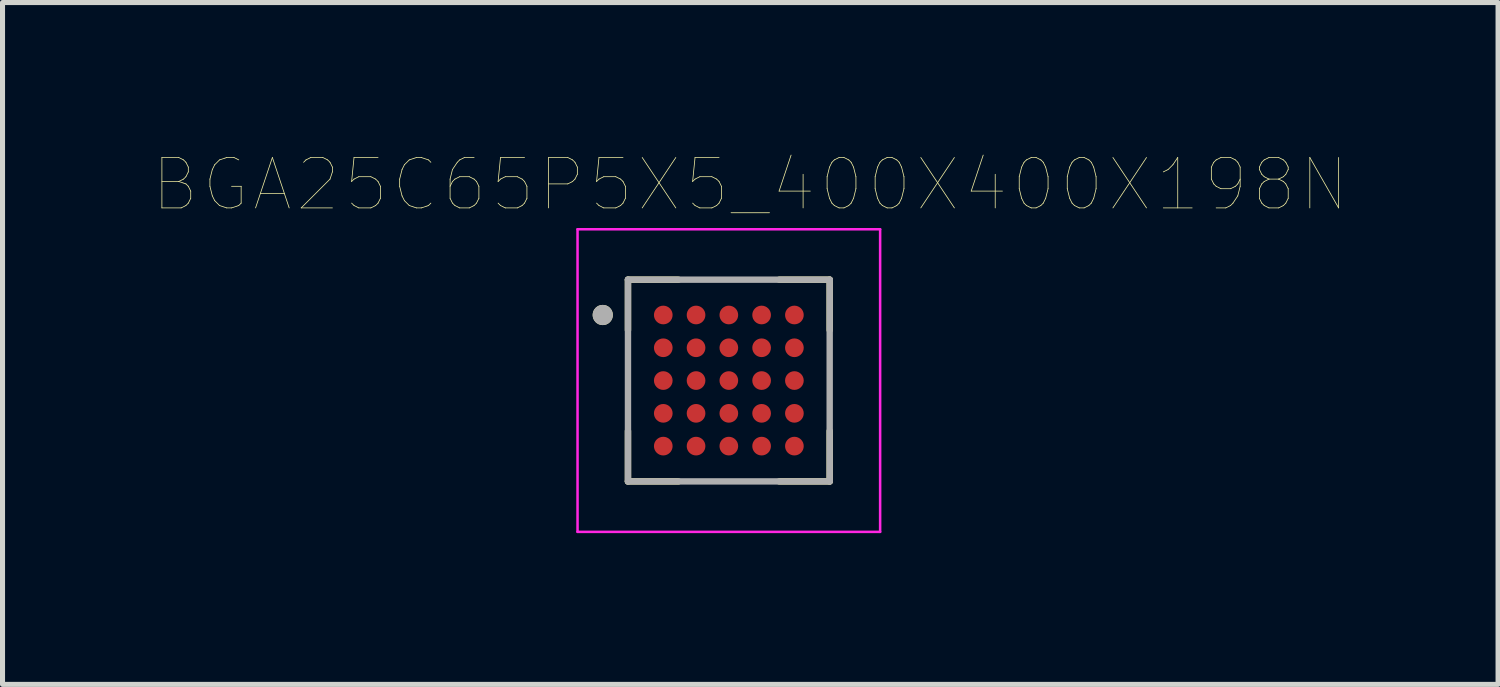
<source format=kicad_pcb>
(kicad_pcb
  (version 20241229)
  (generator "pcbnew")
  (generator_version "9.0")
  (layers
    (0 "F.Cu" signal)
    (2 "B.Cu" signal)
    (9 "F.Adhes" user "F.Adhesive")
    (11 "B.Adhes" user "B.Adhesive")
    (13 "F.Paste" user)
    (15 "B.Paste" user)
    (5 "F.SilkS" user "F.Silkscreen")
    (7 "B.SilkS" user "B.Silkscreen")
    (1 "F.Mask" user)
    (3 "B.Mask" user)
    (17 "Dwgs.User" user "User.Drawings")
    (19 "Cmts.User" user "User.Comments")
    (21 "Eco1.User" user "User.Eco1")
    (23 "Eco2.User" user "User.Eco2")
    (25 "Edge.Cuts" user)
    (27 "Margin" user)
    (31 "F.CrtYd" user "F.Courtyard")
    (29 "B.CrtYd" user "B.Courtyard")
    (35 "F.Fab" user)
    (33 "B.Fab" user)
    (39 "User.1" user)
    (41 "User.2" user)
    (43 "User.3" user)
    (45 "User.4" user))
  (footprint "BGA25C65P5X5_400X400X198N"
    (layer "F.Cu")
    (at 11.402 4.496)
    (property "Reference" "BGA25C65P5X5_400X400X198N" (at 0.425 -3.885 0) (layer "F.SilkS") (effects (font (size 1 1) (thickness 0.015))))
    (attr through_hole)
    (fp_line (start -2 -2) (end -2 -1) (stroke (width 0.127) (type solid)) (layer "F.SilkS"))
    (fp_line (start -2 -2) (end -1 -2) (stroke (width 0.127) (type solid)) (layer "F.SilkS"))
    (fp_line (start -2 2) (end -2 1) (stroke (width 0.127) (type solid)) (layer "F.SilkS"))
    (fp_line (start -2 2) (end -1 2) (stroke (width 0.127) (type solid)) (layer "F.SilkS"))
    (fp_line (start 2 -2) (end 1 -2) (stroke (width 0.127) (type solid)) (layer "F.SilkS"))
    (fp_line (start 2 -2) (end 2 -1) (stroke (width 0.127) (type solid)) (layer "F.SilkS"))
    (fp_line (start 2 2) (end 1 2) (stroke (width 0.127) (type solid)) (layer "F.SilkS"))
    (fp_line (start 2 2) (end 2 1) (stroke (width 0.127) (type solid)) (layer "F.SilkS"))
    (fp_circle (center -2.5 -1.3) (end -2.4 -1.3) (stroke (width 0.2) (type solid)) (fill no) (layer "F.SilkS"))
    (fp_line (start -3 -3) (end 3 -3) (stroke (width 0.05) (type solid)) (layer "F.CrtYd"))
    (fp_line (start -3 3) (end -3 -3) (stroke (width 0.05) (type solid)) (layer "F.CrtYd"))
    (fp_line (start -3 3) (end 3 3) (stroke (width 0.05) (type solid)) (layer "F.CrtYd"))
    (fp_line (start 3 3) (end 3 -3) (stroke (width 0.05) (type solid)) (layer "F.CrtYd"))
    (fp_line (start -2 2) (end -2 -2) (stroke (width 0.127) (type solid)) (layer "F.Fab"))
    (fp_line (start 2 -2) (end -2 -2) (stroke (width 0.127) (type solid)) (layer "F.Fab"))
    (fp_line (start 2 2) (end -2 2) (stroke (width 0.127) (type solid)) (layer "F.Fab"))
    (fp_line (start 2 2) (end 2 -2) (stroke (width 0.127) (type solid)) (layer "F.Fab"))
    (fp_circle (center -2.5 -1.3) (end -2.4 -1.3) (stroke (width 0.2) (type solid)) (fill no) (layer "F.Fab"))
    (pad "A1" smd circle (at -1.3 -1.3) (size 0.37 0.37) (layers "F.Cu" "F.Mask" "F.Paste"))
    (pad "A2" smd circle (at -0.65 -1.3) (size 0.37 0.37) (layers "F.Cu" "F.Mask" "F.Paste"))
    (pad "A3" smd circle (at 0 -1.3) (size 0.37 0.37) (layers "F.Cu" "F.Mask" "F.Paste"))
    (pad "A4" smd circle (at 0.65 -1.3) (size 0.37 0.37) (layers "F.Cu" "F.Mask" "F.Paste"))
    (pad "A5" smd circle (at 1.3 -1.3) (size 0.37 0.37) (layers "F.Cu" "F.Mask" "F.Paste"))
    (pad "B1" smd circle (at -1.3 -0.65) (size 0.37 0.37) (layers "F.Cu" "F.Mask" "F.Paste"))
    (pad "B2" smd circle (at -0.65 -0.65) (size 0.37 0.37) (layers "F.Cu" "F.Mask" "F.Paste"))
    (pad "B3" smd circle (at 0 -0.65) (size 0.37 0.37) (layers "F.Cu" "F.Mask" "F.Paste"))
    (pad "B4" smd circle (at 0.65 -0.65) (size 0.37 0.37) (layers "F.Cu" "F.Mask" "F.Paste"))
    (pad "B5" smd circle (at 1.3 -0.65) (size 0.37 0.37) (layers "F.Cu" "F.Mask" "F.Paste"))
    (pad "C1" smd circle (at -1.3 0) (size 0.37 0.37) (layers "F.Cu" "F.Mask" "F.Paste"))
    (pad "C2" smd circle (at -0.65 0) (size 0.37 0.37) (layers "F.Cu" "F.Mask" "F.Paste"))
    (pad "C3" smd circle (at 0 0) (size 0.37 0.37) (layers "F.Cu" "F.Mask" "F.Paste"))
    (pad "C4" smd circle (at 0.65 0) (size 0.37 0.37) (layers "F.Cu" "F.Mask" "F.Paste"))
    (pad "C5" smd circle (at 1.3 0) (size 0.37 0.37) (layers "F.Cu" "F.Mask" "F.Paste"))
    (pad "D1" smd circle (at -1.3 0.65) (size 0.37 0.37) (layers "F.Cu" "F.Mask" "F.Paste"))
    (pad "D2" smd circle (at -0.65 0.65) (size 0.37 0.37) (layers "F.Cu" "F.Mask" "F.Paste"))
    (pad "D3" smd circle (at 0 0.65) (size 0.37 0.37) (layers "F.Cu" "F.Mask" "F.Paste"))
    (pad "D4" smd circle (at 0.65 0.65) (size 0.37 0.37) (layers "F.Cu" "F.Mask" "F.Paste"))
    (pad "D5" smd circle (at 1.3 0.65) (size 0.37 0.37) (layers "F.Cu" "F.Mask" "F.Paste"))
    (pad "E1" smd circle (at -1.3 1.3) (size 0.37 0.37) (layers "F.Cu" "F.Mask" "F.Paste"))
    (pad "E2" smd circle (at -0.65 1.3) (size 0.37 0.37) (layers "F.Cu" "F.Mask" "F.Paste"))
    (pad "E3" smd circle (at 0 1.3) (size 0.37 0.37) (layers "F.Cu" "F.Mask" "F.Paste"))
    (pad "E4" smd circle (at 0.65 1.3) (size 0.37 0.37) (layers "F.Cu" "F.Mask" "F.Paste"))
    (pad "E5" smd circle (at 1.3 1.3) (size 0.37 0.37) (layers "F.Cu" "F.Mask" "F.Paste")))
  (gr_rect
    (start -3 -3)
    (end 26.655 10.521)
    (stroke (width 0.1) (type default))
    (fill no)
    (layer "Edge.Cuts")))
</source>
